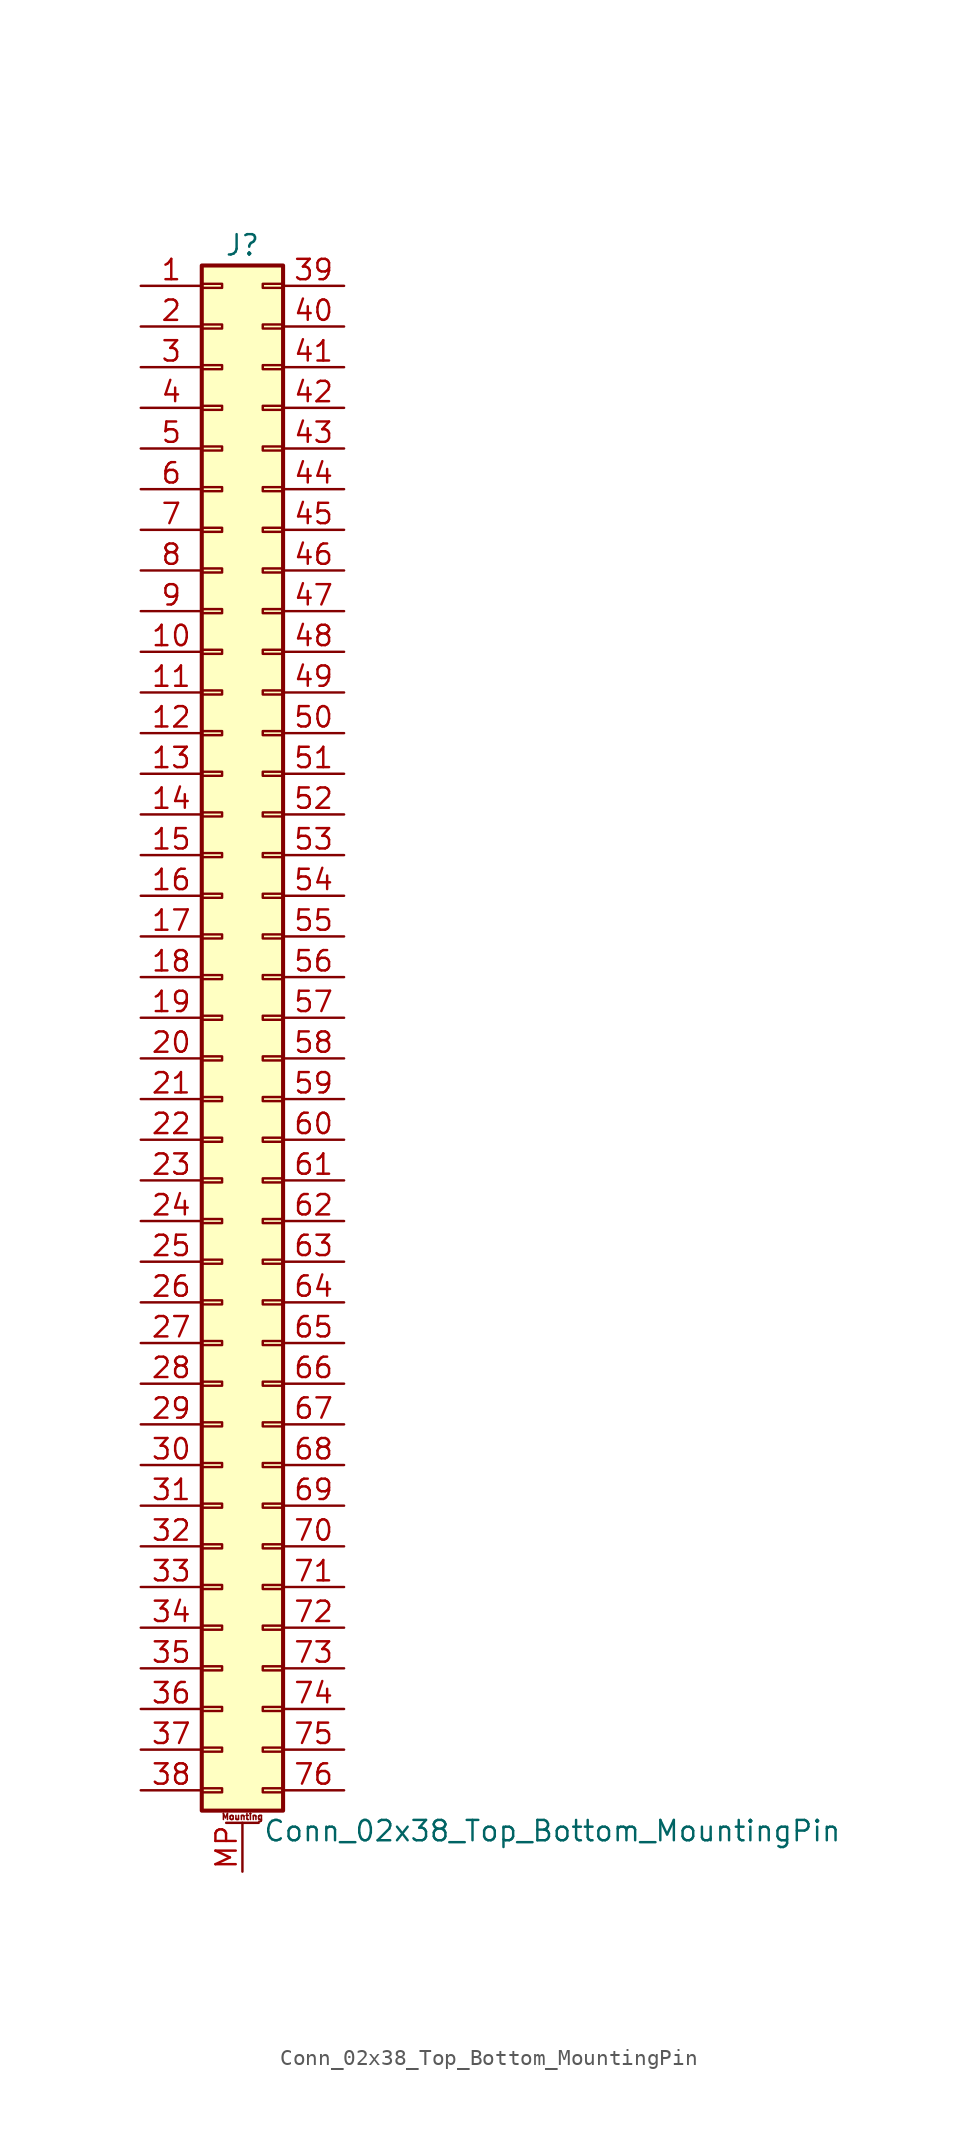
<source format=kicad_sym>
(kicad_symbol_lib
  (version 20201005)
  (generator kicad_symbol_editor)
  (symbol "Conn_02x38_Top_Bottom_MountingPin"
    (pin_names
      (offset 1.016) hide)
    (property "Reference" "J"
      (at 1.27 48.26 0)
      (effects (font (size 1.27 1.27))))
    (property "Value" "Conn_02x38_Top_Bottom_MountingPin"
      (at 2.54 -50.8 0)
      (effects (font (size 1.27 1.27)) (justify left)))
    (symbol "Conn_02x38_Top_Bottom_MountingPin_1_1"
      (text "Mounting" (at 1.27 -49.911 0) (effects (font (size 0.381 0.381))))
      (rectangle (start -1.27 -48.133) (end 0 -48.387) (stroke (width 0.152)) (fill (type none)))
      (rectangle (start -1.27 -45.593) (end 0 -45.847) (stroke (width 0.152)) (fill (type none)))
      (rectangle (start -1.27 -43.053) (end 0 -43.307) (stroke (width 0.152)) (fill (type none)))
      (rectangle (start -1.27 -40.513) (end 0 -40.767) (stroke (width 0.152)) (fill (type none)))
      (rectangle (start -1.27 -37.973) (end 0 -38.227) (stroke (width 0.152)) (fill (type none)))
      (rectangle (start -1.27 -35.433) (end 0 -35.687) (stroke (width 0.152)) (fill (type none)))
      (rectangle (start -1.27 -32.893) (end 0 -33.147) (stroke (width 0.152)) (fill (type none)))
      (rectangle (start -1.27 -30.353) (end 0 -30.607) (stroke (width 0.152)) (fill (type none)))
      (rectangle (start -1.27 -27.813) (end 0 -28.067) (stroke (width 0.152)) (fill (type none)))
      (rectangle (start -1.27 -25.273) (end 0 -25.527) (stroke (width 0.152)) (fill (type none)))
      (rectangle (start -1.27 -22.733) (end 0 -22.987) (stroke (width 0.152)) (fill (type none)))
      (rectangle (start -1.27 -20.193) (end 0 -20.447) (stroke (width 0.152)) (fill (type none)))
      (rectangle (start -1.27 -17.653) (end 0 -17.907) (stroke (width 0.152)) (fill (type none)))
      (rectangle (start -1.27 -15.113) (end 0 -15.367) (stroke (width 0.152)) (fill (type none)))
      (rectangle (start -1.27 -12.573) (end 0 -12.827) (stroke (width 0.152)) (fill (type none)))
      (rectangle (start -1.27 -10.033) (end 0 -10.287) (stroke (width 0.152)) (fill (type none)))
      (rectangle (start -1.27 -7.493) (end 0 -7.747) (stroke (width 0.152)) (fill (type none)))
      (rectangle (start -1.27 -4.953) (end 0 -5.207) (stroke (width 0.152)) (fill (type none)))
      (rectangle (start -1.27 -2.413) (end 0 -2.667) (stroke (width 0.152)) (fill (type none)))
      (rectangle (start -1.27 0.127) (end 0 -0.127) (stroke (width 0.152)) (fill (type none)))
      (rectangle (start -1.27 2.667) (end 0 2.413) (stroke (width 0.152)) (fill (type none)))
      (rectangle (start -1.27 5.207) (end 0 4.953) (stroke (width 0.152)) (fill (type none)))
      (rectangle (start -1.27 7.747) (end 0 7.493) (stroke (width 0.152)) (fill (type none)))
      (rectangle (start -1.27 10.287) (end 0 10.033) (stroke (width 0.152)) (fill (type none)))
      (rectangle (start -1.27 12.827) (end 0 12.573) (stroke (width 0.152)) (fill (type none)))
      (rectangle (start -1.27 15.367) (end 0 15.113) (stroke (width 0.152)) (fill (type none)))
      (rectangle (start -1.27 17.907) (end 0 17.653) (stroke (width 0.152)) (fill (type none)))
      (rectangle (start -1.27 20.447) (end 0 20.193) (stroke (width 0.152)) (fill (type none)))
      (rectangle (start -1.27 22.987) (end 0 22.733) (stroke (width 0.152)) (fill (type none)))
      (rectangle (start -1.27 25.527) (end 0 25.273) (stroke (width 0.152)) (fill (type none)))
      (rectangle (start -1.27 28.067) (end 0 27.813) (stroke (width 0.152)) (fill (type none)))
      (rectangle (start -1.27 30.607) (end 0 30.353) (stroke (width 0.152)) (fill (type none)))
      (rectangle (start -1.27 33.147) (end 0 32.893) (stroke (width 0.152)) (fill (type none)))
      (rectangle (start -1.27 35.687) (end 0 35.433) (stroke (width 0.152)) (fill (type none)))
      (rectangle (start -1.27 38.227) (end 0 37.973) (stroke (width 0.152)) (fill (type none)))
      (rectangle (start -1.27 40.767) (end 0 40.513) (stroke (width 0.152)) (fill (type none)))
      (rectangle (start -1.27 43.307) (end 0 43.053) (stroke (width 0.152)) (fill (type none)))
      (rectangle (start -1.27 45.847) (end 0 45.593) (stroke (width 0.152)) (fill (type none)))
      (rectangle (start 3.81 -48.133) (end 2.54 -48.387) (stroke (width 0.152)) (fill (type none)))
      (rectangle (start 3.81 -45.593) (end 2.54 -45.847) (stroke (width 0.152)) (fill (type none)))
      (rectangle (start 3.81 -43.053) (end 2.54 -43.307) (stroke (width 0.152)) (fill (type none)))
      (rectangle (start 3.81 -40.513) (end 2.54 -40.767) (stroke (width 0.152)) (fill (type none)))
      (rectangle (start 3.81 -37.973) (end 2.54 -38.227) (stroke (width 0.152)) (fill (type none)))
      (rectangle (start 3.81 -35.433) (end 2.54 -35.687) (stroke (width 0.152)) (fill (type none)))
      (rectangle (start 3.81 -32.893) (end 2.54 -33.147) (stroke (width 0.152)) (fill (type none)))
      (rectangle (start 3.81 -30.353) (end 2.54 -30.607) (stroke (width 0.152)) (fill (type none)))
      (rectangle (start 3.81 -27.813) (end 2.54 -28.067) (stroke (width 0.152)) (fill (type none)))
      (rectangle (start 3.81 -25.273) (end 2.54 -25.527) (stroke (width 0.152)) (fill (type none)))
      (rectangle (start 3.81 -22.733) (end 2.54 -22.987) (stroke (width 0.152)) (fill (type none)))
      (rectangle (start 3.81 -20.193) (end 2.54 -20.447) (stroke (width 0.152)) (fill (type none)))
      (rectangle (start 3.81 -17.653) (end 2.54 -17.907) (stroke (width 0.152)) (fill (type none)))
      (rectangle (start 3.81 -15.113) (end 2.54 -15.367) (stroke (width 0.152)) (fill (type none)))
      (rectangle (start 3.81 -12.573) (end 2.54 -12.827) (stroke (width 0.152)) (fill (type none)))
      (rectangle (start 3.81 -10.033) (end 2.54 -10.287) (stroke (width 0.152)) (fill (type none)))
      (rectangle (start 3.81 -7.493) (end 2.54 -7.747) (stroke (width 0.152)) (fill (type none)))
      (rectangle (start 3.81 -4.953) (end 2.54 -5.207) (stroke (width 0.152)) (fill (type none)))
      (rectangle (start 3.81 -2.413) (end 2.54 -2.667) (stroke (width 0.152)) (fill (type none)))
      (rectangle (start 3.81 0.127) (end 2.54 -0.127) (stroke (width 0.152)) (fill (type none)))
      (rectangle (start 3.81 2.667) (end 2.54 2.413) (stroke (width 0.152)) (fill (type none)))
      (rectangle (start 3.81 5.207) (end 2.54 4.953) (stroke (width 0.152)) (fill (type none)))
      (rectangle (start 3.81 7.747) (end 2.54 7.493) (stroke (width 0.152)) (fill (type none)))
      (rectangle (start 3.81 10.287) (end 2.54 10.033) (stroke (width 0.152)) (fill (type none)))
      (rectangle (start 3.81 12.827) (end 2.54 12.573) (stroke (width 0.152)) (fill (type none)))
      (rectangle (start 3.81 15.367) (end 2.54 15.113) (stroke (width 0.152)) (fill (type none)))
      (rectangle (start 3.81 17.907) (end 2.54 17.653) (stroke (width 0.152)) (fill (type none)))
      (rectangle (start 3.81 20.447) (end 2.54 20.193) (stroke (width 0.152)) (fill (type none)))
      (rectangle (start 3.81 22.987) (end 2.54 22.733) (stroke (width 0.152)) (fill (type none)))
      (rectangle (start 3.81 25.527) (end 2.54 25.273) (stroke (width 0.152)) (fill (type none)))
      (rectangle (start 3.81 28.067) (end 2.54 27.813) (stroke (width 0.152)) (fill (type none)))
      (rectangle (start 3.81 30.607) (end 2.54 30.353) (stroke (width 0.152)) (fill (type none)))
      (rectangle (start 3.81 33.147) (end 2.54 32.893) (stroke (width 0.152)) (fill (type none)))
      (rectangle (start 3.81 35.687) (end 2.54 35.433) (stroke (width 0.152)) (fill (type none)))
      (rectangle (start 3.81 38.227) (end 2.54 37.973) (stroke (width 0.152)) (fill (type none)))
      (rectangle (start 3.81 40.767) (end 2.54 40.513) (stroke (width 0.152)) (fill (type none)))
      (rectangle (start 3.81 43.307) (end 2.54 43.053) (stroke (width 0.152)) (fill (type none)))
      (rectangle (start 3.81 45.847) (end 2.54 45.593) (stroke (width 0.152)) (fill (type none)))
      (rectangle (start -1.27 46.99) (end 3.81 -49.53) (stroke (width 0.254)) (fill (type background)))
      (polyline (pts (xy 0.254 -50.292) (xy 2.286 -50.292)) (stroke (width 0.152)) (fill (type none)))
      (pin passive line (at -5.08 45.72 0) (length 3.81) (name "Pin_1" (effects (font (size 1.27 1.27)))) (number "1" (effects (font (size 1.27 1.27)))))
      (pin passive line (at -5.08 22.86 0) (length 3.81) (name "Pin_10" (effects (font (size 1.27 1.27)))) (number "10" (effects (font (size 1.27 1.27)))))
      (pin passive line (at -5.08 20.32 0) (length 3.81) (name "Pin_11" (effects (font (size 1.27 1.27)))) (number "11" (effects (font (size 1.27 1.27)))))
      (pin passive line (at -5.08 17.78 0) (length 3.81) (name "Pin_12" (effects (font (size 1.27 1.27)))) (number "12" (effects (font (size 1.27 1.27)))))
      (pin passive line (at -5.08 15.24 0) (length 3.81) (name "Pin_13" (effects (font (size 1.27 1.27)))) (number "13" (effects (font (size 1.27 1.27)))))
      (pin passive line (at -5.08 12.7 0) (length 3.81) (name "Pin_14" (effects (font (size 1.27 1.27)))) (number "14" (effects (font (size 1.27 1.27)))))
      (pin passive line (at -5.08 10.16 0) (length 3.81) (name "Pin_15" (effects (font (size 1.27 1.27)))) (number "15" (effects (font (size 1.27 1.27)))))
      (pin passive line (at -5.08 7.62 0) (length 3.81) (name "Pin_16" (effects (font (size 1.27 1.27)))) (number "16" (effects (font (size 1.27 1.27)))))
      (pin passive line (at -5.08 5.08 0) (length 3.81) (name "Pin_17" (effects (font (size 1.27 1.27)))) (number "17" (effects (font (size 1.27 1.27)))))
      (pin passive line (at -5.08 2.54 0) (length 3.81) (name "Pin_18" (effects (font (size 1.27 1.27)))) (number "18" (effects (font (size 1.27 1.27)))))
      (pin passive line (at -5.08 0 0) (length 3.81) (name "Pin_19" (effects (font (size 1.27 1.27)))) (number "19" (effects (font (size 1.27 1.27)))))
      (pin passive line (at -5.08 43.18 0) (length 3.81) (name "Pin_2" (effects (font (size 1.27 1.27)))) (number "2" (effects (font (size 1.27 1.27)))))
      (pin passive line (at -5.08 -2.54 0) (length 3.81) (name "Pin_20" (effects (font (size 1.27 1.27)))) (number "20" (effects (font (size 1.27 1.27)))))
      (pin passive line (at -5.08 -5.08 0) (length 3.81) (name "Pin_21" (effects (font (size 1.27 1.27)))) (number "21" (effects (font (size 1.27 1.27)))))
      (pin passive line (at -5.08 -7.62 0) (length 3.81) (name "Pin_22" (effects (font (size 1.27 1.27)))) (number "22" (effects (font (size 1.27 1.27)))))
      (pin passive line (at -5.08 -10.16 0) (length 3.81) (name "Pin_23" (effects (font (size 1.27 1.27)))) (number "23" (effects (font (size 1.27 1.27)))))
      (pin passive line (at -5.08 -12.7 0) (length 3.81) (name "Pin_24" (effects (font (size 1.27 1.27)))) (number "24" (effects (font (size 1.27 1.27)))))
      (pin passive line (at -5.08 -15.24 0) (length 3.81) (name "Pin_25" (effects (font (size 1.27 1.27)))) (number "25" (effects (font (size 1.27 1.27)))))
      (pin passive line (at -5.08 -17.78 0) (length 3.81) (name "Pin_26" (effects (font (size 1.27 1.27)))) (number "26" (effects (font (size 1.27 1.27)))))
      (pin passive line (at -5.08 -20.32 0) (length 3.81) (name "Pin_27" (effects (font (size 1.27 1.27)))) (number "27" (effects (font (size 1.27 1.27)))))
      (pin passive line (at -5.08 -22.86 0) (length 3.81) (name "Pin_28" (effects (font (size 1.27 1.27)))) (number "28" (effects (font (size 1.27 1.27)))))
      (pin passive line (at -5.08 -25.4 0) (length 3.81) (name "Pin_29" (effects (font (size 1.27 1.27)))) (number "29" (effects (font (size 1.27 1.27)))))
      (pin passive line (at -5.08 40.64 0) (length 3.81) (name "Pin_3" (effects (font (size 1.27 1.27)))) (number "3" (effects (font (size 1.27 1.27)))))
      (pin passive line (at -5.08 -27.94 0) (length 3.81) (name "Pin_30" (effects (font (size 1.27 1.27)))) (number "30" (effects (font (size 1.27 1.27)))))
      (pin passive line (at -5.08 -30.48 0) (length 3.81) (name "Pin_31" (effects (font (size 1.27 1.27)))) (number "31" (effects (font (size 1.27 1.27)))))
      (pin passive line (at -5.08 -33.02 0) (length 3.81) (name "Pin_32" (effects (font (size 1.27 1.27)))) (number "32" (effects (font (size 1.27 1.27)))))
      (pin passive line (at -5.08 -35.56 0) (length 3.81) (name "Pin_33" (effects (font (size 1.27 1.27)))) (number "33" (effects (font (size 1.27 1.27)))))
      (pin passive line (at -5.08 -38.1 0) (length 3.81) (name "Pin_34" (effects (font (size 1.27 1.27)))) (number "34" (effects (font (size 1.27 1.27)))))
      (pin passive line (at -5.08 -40.64 0) (length 3.81) (name "Pin_35" (effects (font (size 1.27 1.27)))) (number "35" (effects (font (size 1.27 1.27)))))
      (pin passive line (at -5.08 -43.18 0) (length 3.81) (name "Pin_36" (effects (font (size 1.27 1.27)))) (number "36" (effects (font (size 1.27 1.27)))))
      (pin passive line (at -5.08 -45.72 0) (length 3.81) (name "Pin_37" (effects (font (size 1.27 1.27)))) (number "37" (effects (font (size 1.27 1.27)))))
      (pin passive line (at -5.08 -48.26 0) (length 3.81) (name "Pin_38" (effects (font (size 1.27 1.27)))) (number "38" (effects (font (size 1.27 1.27)))))
      (pin passive line (at 7.62 45.72 180) (length 3.81) (name "Pin_39" (effects (font (size 1.27 1.27)))) (number "39" (effects (font (size 1.27 1.27)))))
      (pin passive line (at -5.08 38.1 0) (length 3.81) (name "Pin_4" (effects (font (size 1.27 1.27)))) (number "4" (effects (font (size 1.27 1.27)))))
      (pin passive line (at 7.62 43.18 180) (length 3.81) (name "Pin_40" (effects (font (size 1.27 1.27)))) (number "40" (effects (font (size 1.27 1.27)))))
      (pin passive line (at 7.62 40.64 180) (length 3.81) (name "Pin_41" (effects (font (size 1.27 1.27)))) (number "41" (effects (font (size 1.27 1.27)))))
      (pin passive line (at 7.62 38.1 180) (length 3.81) (name "Pin_42" (effects (font (size 1.27 1.27)))) (number "42" (effects (font (size 1.27 1.27)))))
      (pin passive line (at 7.62 35.56 180) (length 3.81) (name "Pin_43" (effects (font (size 1.27 1.27)))) (number "43" (effects (font (size 1.27 1.27)))))
      (pin passive line (at 7.62 33.02 180) (length 3.81) (name "Pin_44" (effects (font (size 1.27 1.27)))) (number "44" (effects (font (size 1.27 1.27)))))
      (pin passive line (at 7.62 30.48 180) (length 3.81) (name "Pin_45" (effects (font (size 1.27 1.27)))) (number "45" (effects (font (size 1.27 1.27)))))
      (pin passive line (at 7.62 27.94 180) (length 3.81) (name "Pin_46" (effects (font (size 1.27 1.27)))) (number "46" (effects (font (size 1.27 1.27)))))
      (pin passive line (at 7.62 25.4 180) (length 3.81) (name "Pin_47" (effects (font (size 1.27 1.27)))) (number "47" (effects (font (size 1.27 1.27)))))
      (pin passive line (at 7.62 22.86 180) (length 3.81) (name "Pin_48" (effects (font (size 1.27 1.27)))) (number "48" (effects (font (size 1.27 1.27)))))
      (pin passive line (at 7.62 20.32 180) (length 3.81) (name "Pin_49" (effects (font (size 1.27 1.27)))) (number "49" (effects (font (size 1.27 1.27)))))
      (pin passive line (at -5.08 35.56 0) (length 3.81) (name "Pin_5" (effects (font (size 1.27 1.27)))) (number "5" (effects (font (size 1.27 1.27)))))
      (pin passive line (at 7.62 17.78 180) (length 3.81) (name "Pin_50" (effects (font (size 1.27 1.27)))) (number "50" (effects (font (size 1.27 1.27)))))
      (pin passive line (at 7.62 15.24 180) (length 3.81) (name "Pin_51" (effects (font (size 1.27 1.27)))) (number "51" (effects (font (size 1.27 1.27)))))
      (pin passive line (at 7.62 12.7 180) (length 3.81) (name "Pin_52" (effects (font (size 1.27 1.27)))) (number "52" (effects (font (size 1.27 1.27)))))
      (pin passive line (at 7.62 10.16 180) (length 3.81) (name "Pin_53" (effects (font (size 1.27 1.27)))) (number "53" (effects (font (size 1.27 1.27)))))
      (pin passive line (at 7.62 7.62 180) (length 3.81) (name "Pin_54" (effects (font (size 1.27 1.27)))) (number "54" (effects (font (size 1.27 1.27)))))
      (pin passive line (at 7.62 5.08 180) (length 3.81) (name "Pin_55" (effects (font (size 1.27 1.27)))) (number "55" (effects (font (size 1.27 1.27)))))
      (pin passive line (at 7.62 2.54 180) (length 3.81) (name "Pin_56" (effects (font (size 1.27 1.27)))) (number "56" (effects (font (size 1.27 1.27)))))
      (pin passive line (at 7.62 0 180) (length 3.81) (name "Pin_57" (effects (font (size 1.27 1.27)))) (number "57" (effects (font (size 1.27 1.27)))))
      (pin passive line (at 7.62 -2.54 180) (length 3.81) (name "Pin_58" (effects (font (size 1.27 1.27)))) (number "58" (effects (font (size 1.27 1.27)))))
      (pin passive line (at 7.62 -5.08 180) (length 3.81) (name "Pin_59" (effects (font (size 1.27 1.27)))) (number "59" (effects (font (size 1.27 1.27)))))
      (pin passive line (at -5.08 33.02 0) (length 3.81) (name "Pin_6" (effects (font (size 1.27 1.27)))) (number "6" (effects (font (size 1.27 1.27)))))
      (pin passive line (at 7.62 -7.62 180) (length 3.81) (name "Pin_60" (effects (font (size 1.27 1.27)))) (number "60" (effects (font (size 1.27 1.27)))))
      (pin passive line (at 7.62 -10.16 180) (length 3.81) (name "Pin_61" (effects (font (size 1.27 1.27)))) (number "61" (effects (font (size 1.27 1.27)))))
      (pin passive line (at 7.62 -12.7 180) (length 3.81) (name "Pin_62" (effects (font (size 1.27 1.27)))) (number "62" (effects (font (size 1.27 1.27)))))
      (pin passive line (at 7.62 -15.24 180) (length 3.81) (name "Pin_63" (effects (font (size 1.27 1.27)))) (number "63" (effects (font (size 1.27 1.27)))))
      (pin passive line (at 7.62 -17.78 180) (length 3.81) (name "Pin_64" (effects (font (size 1.27 1.27)))) (number "64" (effects (font (size 1.27 1.27)))))
      (pin passive line (at 7.62 -20.32 180) (length 3.81) (name "Pin_65" (effects (font (size 1.27 1.27)))) (number "65" (effects (font (size 1.27 1.27)))))
      (pin passive line (at 7.62 -22.86 180) (length 3.81) (name "Pin_66" (effects (font (size 1.27 1.27)))) (number "66" (effects (font (size 1.27 1.27)))))
      (pin passive line (at 7.62 -25.4 180) (length 3.81) (name "Pin_67" (effects (font (size 1.27 1.27)))) (number "67" (effects (font (size 1.27 1.27)))))
      (pin passive line (at 7.62 -27.94 180) (length 3.81) (name "Pin_68" (effects (font (size 1.27 1.27)))) (number "68" (effects (font (size 1.27 1.27)))))
      (pin passive line (at 7.62 -30.48 180) (length 3.81) (name "Pin_69" (effects (font (size 1.27 1.27)))) (number "69" (effects (font (size 1.27 1.27)))))
      (pin passive line (at -5.08 30.48 0) (length 3.81) (name "Pin_7" (effects (font (size 1.27 1.27)))) (number "7" (effects (font (size 1.27 1.27)))))
      (pin passive line (at 7.62 -33.02 180) (length 3.81) (name "Pin_70" (effects (font (size 1.27 1.27)))) (number "70" (effects (font (size 1.27 1.27)))))
      (pin passive line (at 7.62 -35.56 180) (length 3.81) (name "Pin_71" (effects (font (size 1.27 1.27)))) (number "71" (effects (font (size 1.27 1.27)))))
      (pin passive line (at 7.62 -38.1 180) (length 3.81) (name "Pin_72" (effects (font (size 1.27 1.27)))) (number "72" (effects (font (size 1.27 1.27)))))
      (pin passive line (at 7.62 -40.64 180) (length 3.81) (name "Pin_73" (effects (font (size 1.27 1.27)))) (number "73" (effects (font (size 1.27 1.27)))))
      (pin passive line (at 7.62 -43.18 180) (length 3.81) (name "Pin_74" (effects (font (size 1.27 1.27)))) (number "74" (effects (font (size 1.27 1.27)))))
      (pin passive line (at 7.62 -45.72 180) (length 3.81) (name "Pin_75" (effects (font (size 1.27 1.27)))) (number "75" (effects (font (size 1.27 1.27)))))
      (pin passive line (at 7.62 -48.26 180) (length 3.81) (name "Pin_76" (effects (font (size 1.27 1.27)))) (number "76" (effects (font (size 1.27 1.27)))))
      (pin passive line (at -5.08 27.94 0) (length 3.81) (name "Pin_8" (effects (font (size 1.27 1.27)))) (number "8" (effects (font (size 1.27 1.27)))))
      (pin passive line (at -5.08 25.4 0) (length 3.81) (name "Pin_9" (effects (font (size 1.27 1.27)))) (number "9" (effects (font (size 1.27 1.27)))))
      (pin passive line (at 1.27 -53.34 90) (length 3.048) (name "MountPin" (effects (font (size 1.27 1.27)))) (number "MP" (effects (font (size 1.27 1.27))))))))
</source>
